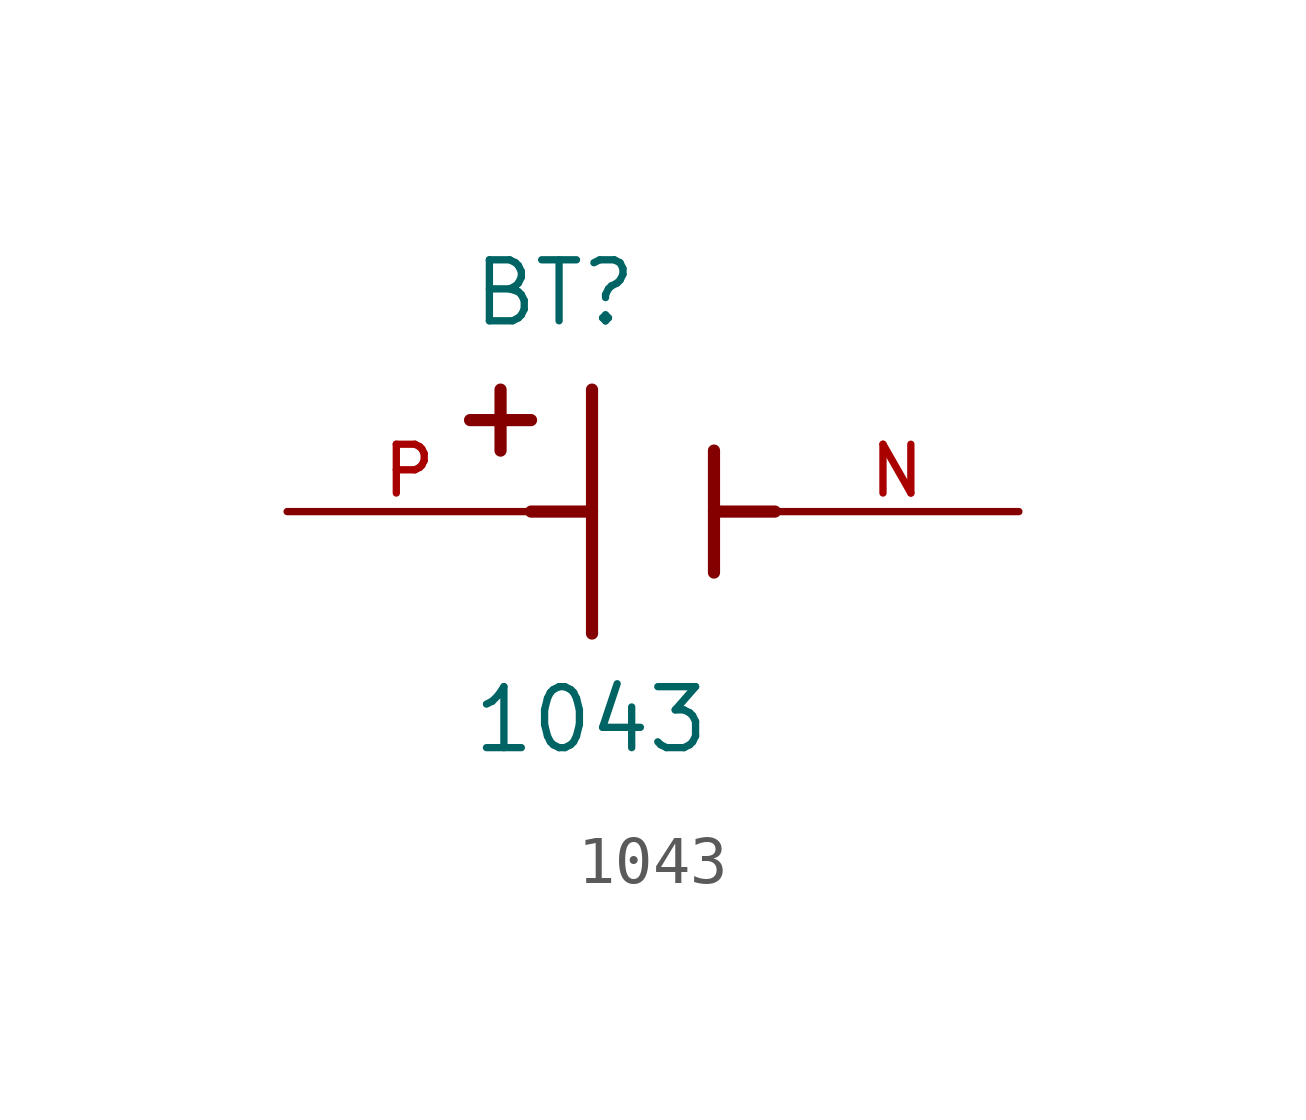
<source format=kicad_sym>
(kicad_symbol_lib
  (version 20241209)
  (generator "kicad_symbol_editor")
  (generator_version "9.0")
  (symbol "1043"
    (pin_names
      (offset 1.016))
    (property "Reference" "BT"
      (at -3.81 3.81 0)
      (effects (font (size 1.27 1.27)) (justify left bottom)))
    (property "Value" "1043"
      (at -3.81 -5.08 0)
      (effects (font (size 1.27 1.27)) (justify left bottom)))
    (symbol "1043_0_0"
      (polyline (pts (xy -3.81 1.905) (xy -2.54 1.905)) (stroke (width 0.254) (type default)) (fill (type none)))
      (polyline (pts (xy -3.175 2.54) (xy -3.175 1.27)) (stroke (width 0.254) (type default)) (fill (type none)))
      (polyline (pts (xy -1.27 2.54) (xy -1.27 -2.54)) (stroke (width 0.254) (type default)) (fill (type none)))
      (polyline (pts (xy -1.27 0) (xy -2.54 0)) (stroke (width 0.254) (type default)) (fill (type none)))
      (polyline (pts (xy 1.27 1.27) (xy 1.27 -1.27)) (stroke (width 0.254) (type default)) (fill (type none)))
      (polyline (pts (xy 1.27 0) (xy 2.54 0)) (stroke (width 0.254) (type default)) (fill (type none))))
    (symbol "1043_1_0"
      (pin power_out line (at -7.62 0 0) (length 5.08) (name "~" (effects (font (size 1.016 1.016)))) (number "P" (effects (font (size 1.016 1.016)))))
      (pin power_out line (at 7.62 0 180) (length 5.08) (name "~" (effects (font (size 1.016 1.016)))) (number "N" (effects (font (size 1.016 1.016))))))))
</source>
